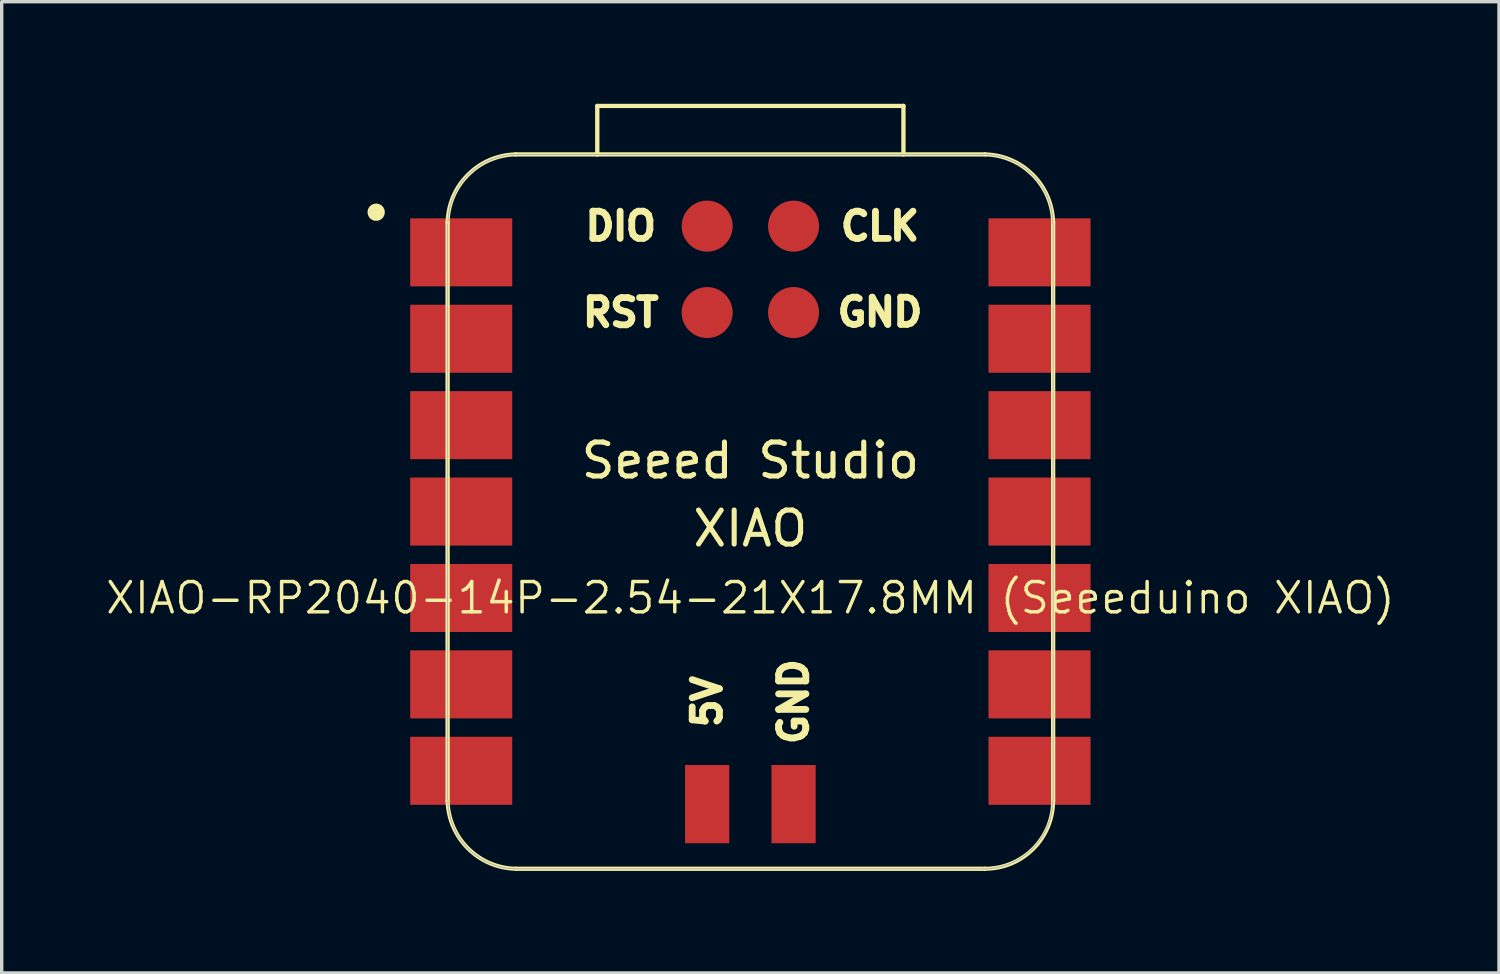
<source format=kicad_pcb>
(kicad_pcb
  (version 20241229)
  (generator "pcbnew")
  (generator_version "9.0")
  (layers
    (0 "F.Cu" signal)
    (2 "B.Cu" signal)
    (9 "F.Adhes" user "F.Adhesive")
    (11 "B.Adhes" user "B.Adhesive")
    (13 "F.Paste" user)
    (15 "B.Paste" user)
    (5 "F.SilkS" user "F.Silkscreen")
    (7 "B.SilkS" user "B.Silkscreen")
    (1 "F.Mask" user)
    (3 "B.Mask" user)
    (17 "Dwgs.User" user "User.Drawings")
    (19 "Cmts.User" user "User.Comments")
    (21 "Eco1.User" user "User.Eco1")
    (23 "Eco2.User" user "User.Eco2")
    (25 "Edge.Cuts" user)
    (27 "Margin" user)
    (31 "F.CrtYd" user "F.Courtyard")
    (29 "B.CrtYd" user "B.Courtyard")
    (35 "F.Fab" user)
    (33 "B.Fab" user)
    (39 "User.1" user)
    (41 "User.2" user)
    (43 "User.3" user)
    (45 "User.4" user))
  (footprint "XIAO-RP2040-14P-2.54-21X17.8MM (Seeeduino XIAO)"
    (layer "F.Cu")
    (at 19.008 11.988)
    (property "Reference" "XIAO-RP2040-14P-2.54-21X17.8MM (Seeeduino XIAO)" (at 0 2.54 0) (layer "F.SilkS") (effects (font (size 0.889 0.889) (thickness 0.102))))
    (attr smd)
    (fp_line (start -8.9 -8.5) (end -8.9 8.5) (stroke (width 0.127) (type solid)) (layer "F.SilkS"))
    (fp_line (start -6.9 10.5) (end 6.9 10.5) (stroke (width 0.127) (type solid)) (layer "F.SilkS"))
    (fp_line (start -4.5 -11.924) (end 4.5 -11.924) (stroke (width 0.127) (type solid)) (layer "F.SilkS"))
    (fp_line (start -4.5 -10.499) (end -4.5 -11.924) (stroke (width 0.127) (type default)) (layer "F.SilkS"))
    (fp_line (start 4.5 -10.499) (end 4.5 -11.924) (stroke (width 0.127) (type default)) (layer "F.SilkS"))
    (fp_line (start 6.9 -10.499) (end -6.9 -10.499) (stroke (width 0.127) (type solid)) (layer "F.SilkS"))
    (fp_line (start 8.9 8.5) (end 8.9 -8.5) (stroke (width 0.127) (type solid)) (layer "F.SilkS"))
    (fp_arc (start -8.9 -8.5) (mid -8.301491 -9.901491) (end -6.9 -10.5) (stroke (width 0.12) (type solid)) (layer "F.SilkS"))
    (fp_arc (start -6.9 10.5) (mid -8.301423 9.901423) (end -8.9 8.5) (stroke (width 0.12) (type solid)) (layer "F.SilkS"))
    (fp_arc (start 6.9 -10.5) (mid 8.301491 -9.901491) (end 8.9 -8.5) (stroke (width 0.12) (type solid)) (layer "F.SilkS"))
    (fp_arc (start 8.9 8.5) (mid 8.314214 9.914214) (end 6.9 10.5) (stroke (width 0.12) (type solid)) (layer "F.SilkS"))
    (fp_circle (center -11 -8.8) (end -11 -9.054) (stroke (width 0) (type solid)) (fill yes) (layer "F.SilkS"))
    (fp_poly (pts (xy -8.888 -8.562) (xy -8.885 -8.61) (xy -8.881 -8.659)) (stroke (width 0.025) (type solid)) (fill no) (layer "F.SilkS"))
    (fp_poly (pts (xy 8.889 8.522) (xy 8.888 8.571) (xy 8.885 8.62) (xy 8.881 8.669) (xy 8.875 8.717) (xy 8.869 8.766) (xy 8.861 8.815) (xy 8.852 8.863) (xy 8.842 8.911)) (stroke (width 0.025) (type solid)) (fill no) (layer "F.SilkS"))
    (fp_line (start -8.9 -8.463) (end -8.9 8.473) (stroke (width 0.025) (type solid)) (layer "F.Fab"))
    (fp_line (start -8.89 8.473) (end -8.889 8.522) (stroke (width 0.025) (type solid)) (layer "F.Fab"))
    (fp_line (start -8.889 8.522) (end -8.888 8.571) (stroke (width 0.025) (type solid)) (layer "F.Fab"))
    (fp_line (start -8.888 -8.562) (end -8.889 -8.512) (stroke (width 0.025) (type solid)) (layer "F.Fab"))
    (fp_line (start -8.888 8.571) (end -8.885 8.62) (stroke (width 0.025) (type solid)) (layer "F.Fab"))
    (fp_line (start -8.885 -8.61) (end -8.888 -8.562) (stroke (width 0.025) (type solid)) (layer "F.Fab"))
    (fp_line (start -8.885 8.62) (end -8.881 8.669) (stroke (width 0.025) (type solid)) (layer "F.Fab"))
    (fp_line (start -8.881 -8.659) (end -8.885 -8.61) (stroke (width 0.025) (type solid)) (layer "F.Fab"))
    (fp_line (start -8.881 8.669) (end -8.875 8.717) (stroke (width 0.025) (type solid)) (layer "F.Fab"))
    (fp_line (start -8.875 -8.708) (end -8.881 -8.659) (stroke (width 0.025) (type solid)) (layer "F.Fab"))
    (fp_line (start -8.875 8.717) (end -8.869 8.766) (stroke (width 0.025) (type solid)) (layer "F.Fab"))
    (fp_line (start -8.869 -8.757) (end -8.875 -8.708) (stroke (width 0.025) (type solid)) (layer "F.Fab"))
    (fp_line (start -8.869 8.766) (end -8.861 8.815) (stroke (width 0.025) (type solid)) (layer "F.Fab"))
    (fp_line (start -8.861 -8.806) (end -8.869 -8.757) (stroke (width 0.025) (type solid)) (layer "F.Fab"))
    (fp_line (start -8.861 8.815) (end -8.852 8.863) (stroke (width 0.025) (type solid)) (layer "F.Fab"))
    (fp_line (start -8.852 -8.854) (end -8.861 -8.806) (stroke (width 0.025) (type solid)) (layer "F.Fab"))
    (fp_line (start -8.852 8.863) (end -8.842 8.911) (stroke (width 0.025) (type solid)) (layer "F.Fab"))
    (fp_line (start -8.842 -8.902) (end -8.852 -8.854) (stroke (width 0.025) (type solid)) (layer "F.Fab"))
    (fp_line (start -8.842 8.911) (end -8.831 8.959) (stroke (width 0.025) (type solid)) (layer "F.Fab"))
    (fp_line (start -8.831 -8.95) (end -8.842 -8.902) (stroke (width 0.025) (type solid)) (layer "F.Fab"))
    (fp_line (start -8.831 8.959) (end -8.819 9.006) (stroke (width 0.025) (type solid)) (layer "F.Fab"))
    (fp_line (start -8.819 -8.997) (end -8.831 -8.95) (stroke (width 0.025) (type solid)) (layer "F.Fab"))
    (fp_line (start -8.819 9.006) (end -8.805 9.054) (stroke (width 0.025) (type solid)) (layer "F.Fab"))
    (fp_line (start -8.805 -9.045) (end -8.819 -8.997) (stroke (width 0.025) (type solid)) (layer "F.Fab"))
    (fp_line (start -8.805 9.054) (end -8.79 9.1) (stroke (width 0.025) (type solid)) (layer "F.Fab"))
    (fp_line (start -8.79 -9.091) (end -8.805 -9.045) (stroke (width 0.025) (type solid)) (layer "F.Fab"))
    (fp_line (start -8.79 9.1) (end -8.775 9.147) (stroke (width 0.025) (type solid)) (layer "F.Fab"))
    (fp_line (start -8.775 -9.138) (end -8.79 -9.091) (stroke (width 0.025) (type solid)) (layer "F.Fab"))
    (fp_line (start -8.775 9.147) (end -8.758 9.193) (stroke (width 0.025) (type solid)) (layer "F.Fab"))
    (fp_line (start -8.758 -9.184) (end -8.775 -9.138) (stroke (width 0.025) (type solid)) (layer "F.Fab"))
    (fp_line (start -8.758 9.193) (end -8.74 9.239) (stroke (width 0.025) (type solid)) (layer "F.Fab"))
    (fp_line (start -8.74 -9.23) (end -8.758 -9.184) (stroke (width 0.025) (type solid)) (layer "F.Fab"))
    (fp_line (start -8.74 9.239) (end -8.721 9.284) (stroke (width 0.025) (type solid)) (layer "F.Fab"))
    (fp_line (start -8.721 -9.275) (end -8.74 -9.23) (stroke (width 0.025) (type solid)) (layer "F.Fab"))
    (fp_line (start -8.721 9.284) (end -8.701 9.329) (stroke (width 0.025) (type solid)) (layer "F.Fab"))
    (fp_line (start -8.701 -9.32) (end -8.721 -9.275) (stroke (width 0.025) (type solid)) (layer "F.Fab"))
    (fp_line (start -8.701 9.329) (end -8.679 9.373) (stroke (width 0.025) (type solid)) (layer "F.Fab"))
    (fp_line (start -8.679 -9.364) (end -8.701 -9.32) (stroke (width 0.025) (type solid)) (layer "F.Fab"))
    (fp_line (start -8.679 9.373) (end -8.657 9.417) (stroke (width 0.025) (type solid)) (layer "F.Fab"))
    (fp_line (start -8.657 -9.408) (end -8.679 -9.364) (stroke (width 0.025) (type solid)) (layer "F.Fab"))
    (fp_line (start -8.657 9.417) (end -8.634 9.46) (stroke (width 0.025) (type solid)) (layer "F.Fab"))
    (fp_line (start -8.634 -9.451) (end -8.657 -9.408) (stroke (width 0.025) (type solid)) (layer "F.Fab"))
    (fp_line (start -8.634 9.46) (end -8.61 9.503) (stroke (width 0.025) (type solid)) (layer "F.Fab"))
    (fp_line (start -8.61 -9.494) (end -8.634 -9.451) (stroke (width 0.025) (type solid)) (layer "F.Fab"))
    (fp_line (start -8.61 9.503) (end -8.584 9.545) (stroke (width 0.025) (type solid)) (layer "F.Fab"))
    (fp_line (start -8.584 -9.536) (end -8.61 -9.494) (stroke (width 0.025) (type solid)) (layer "F.Fab"))
    (fp_line (start -8.584 9.545) (end -8.558 9.586) (stroke (width 0.025) (type solid)) (layer "F.Fab"))
    (fp_line (start -8.558 -9.577) (end -8.584 -9.536) (stroke (width 0.025) (type solid)) (layer "F.Fab"))
    (fp_line (start -8.558 9.586) (end -8.53 9.627) (stroke (width 0.025) (type solid)) (layer "F.Fab"))
    (fp_line (start -8.53 -9.618) (end -8.558 -9.577) (stroke (width 0.025) (type solid)) (layer "F.Fab"))
    (fp_line (start -8.53 9.627) (end -8.502 9.667) (stroke (width 0.025) (type solid)) (layer "F.Fab"))
    (fp_line (start -8.502 -9.658) (end -8.53 -9.618) (stroke (width 0.025) (type solid)) (layer "F.Fab"))
    (fp_line (start -8.502 9.667) (end -8.473 9.706) (stroke (width 0.025) (type solid)) (layer "F.Fab"))
    (fp_line (start -8.473 -9.697) (end -8.502 -9.658) (stroke (width 0.025) (type solid)) (layer "F.Fab"))
    (fp_line (start -8.473 9.706) (end -8.442 9.745) (stroke (width 0.025) (type solid)) (layer "F.Fab"))
    (fp_line (start -8.442 -9.736) (end -8.473 -9.697) (stroke (width 0.025) (type solid)) (layer "F.Fab"))
    (fp_line (start -8.442 9.745) (end -8.411 9.783) (stroke (width 0.025) (type solid)) (layer "F.Fab"))
    (fp_line (start -8.411 -9.774) (end -8.442 -9.736) (stroke (width 0.025) (type solid)) (layer "F.Fab"))
    (fp_line (start -8.411 9.783) (end -8.379 9.82) (stroke (width 0.025) (type solid)) (layer "F.Fab"))
    (fp_line (start -8.379 -9.811) (end -8.411 -9.774) (stroke (width 0.025) (type solid)) (layer "F.Fab"))
    (fp_line (start -8.379 9.82) (end -8.346 9.856) (stroke (width 0.025) (type solid)) (layer "F.Fab"))
    (fp_line (start -8.346 -9.847) (end -8.379 -9.811) (stroke (width 0.025) (type solid)) (layer "F.Fab"))
    (fp_line (start -8.346 9.856) (end -8.312 9.892) (stroke (width 0.025) (type solid)) (layer "F.Fab"))
    (fp_line (start -8.312 -9.883) (end -8.346 -9.847) (stroke (width 0.025) (type solid)) (layer "F.Fab"))
    (fp_line (start -8.312 9.892) (end -8.277 9.927) (stroke (width 0.025) (type solid)) (layer "F.Fab"))
    (fp_line (start -8.277 -9.918) (end -8.312 -9.883) (stroke (width 0.025) (type solid)) (layer "F.Fab"))
    (fp_line (start -8.277 9.927) (end -8.242 9.96) (stroke (width 0.025) (type solid)) (layer "F.Fab"))
    (fp_line (start -8.242 -9.951) (end -8.277 -9.918) (stroke (width 0.025) (type solid)) (layer "F.Fab"))
    (fp_line (start -8.242 9.96) (end -8.205 9.994) (stroke (width 0.025) (type solid)) (layer "F.Fab"))
    (fp_line (start -8.205 -9.984) (end -8.242 -9.951) (stroke (width 0.025) (type solid)) (layer "F.Fab"))
    (fp_line (start -8.205 9.994) (end -8.168 10.026) (stroke (width 0.025) (type solid)) (layer "F.Fab"))
    (fp_line (start -8.168 -10.017) (end -8.205 -9.984) (stroke (width 0.025) (type solid)) (layer "F.Fab"))
    (fp_line (start -8.168 10.026) (end -8.13 10.057) (stroke (width 0.025) (type solid)) (layer "F.Fab"))
    (fp_line (start -8.13 -10.048) (end -8.168 -10.017) (stroke (width 0.025) (type solid)) (layer "F.Fab"))
    (fp_line (start -8.13 10.057) (end -8.092 10.087) (stroke (width 0.025) (type solid)) (layer "F.Fab"))
    (fp_line (start -8.092 -10.078) (end -8.13 -10.048) (stroke (width 0.025) (type solid)) (layer "F.Fab"))
    (fp_line (start -8.092 10.087) (end -8.052 10.116) (stroke (width 0.025) (type solid)) (layer "F.Fab"))
    (fp_line (start -8.052 -10.107) (end -8.092 -10.078) (stroke (width 0.025) (type solid)) (layer "F.Fab"))
    (fp_line (start -8.052 10.116) (end -8.012 10.145) (stroke (width 0.025) (type solid)) (layer "F.Fab"))
    (fp_line (start -8.012 -10.136) (end -8.052 -10.107) (stroke (width 0.025) (type solid)) (layer "F.Fab"))
    (fp_line (start -8.012 10.145) (end -7.972 10.172) (stroke (width 0.025) (type solid)) (layer "F.Fab"))
    (fp_line (start -7.972 -10.163) (end -8.012 -10.136) (stroke (width 0.025) (type solid)) (layer "F.Fab"))
    (fp_line (start -7.972 10.172) (end -7.93 10.199) (stroke (width 0.025) (type solid)) (layer "F.Fab"))
    (fp_line (start -7.93 -10.19) (end -7.972 -10.163) (stroke (width 0.025) (type solid)) (layer "F.Fab"))
    (fp_line (start -7.93 10.199) (end -7.888 10.224) (stroke (width 0.025) (type solid)) (layer "F.Fab"))
    (fp_line (start -7.888 -10.215) (end -7.93 -10.19) (stroke (width 0.025) (type solid)) (layer "F.Fab"))
    (fp_line (start -7.888 10.224) (end -7.846 10.249) (stroke (width 0.025) (type solid)) (layer "F.Fab"))
    (fp_line (start -7.846 -10.239) (end -7.888 -10.215) (stroke (width 0.025) (type solid)) (layer "F.Fab"))
    (fp_line (start -7.846 10.249) (end -7.802 10.272) (stroke (width 0.025) (type solid)) (layer "F.Fab"))
    (fp_line (start -7.802 -10.263) (end -7.846 -10.239) (stroke (width 0.025) (type solid)) (layer "F.Fab"))
    (fp_line (start -7.802 10.272) (end -7.759 10.294) (stroke (width 0.025) (type solid)) (layer "F.Fab"))
    (fp_line (start -7.759 -10.285) (end -7.802 -10.263) (stroke (width 0.025) (type solid)) (layer "F.Fab"))
    (fp_line (start -7.759 10.294) (end -7.714 10.315) (stroke (width 0.025) (type solid)) (layer "F.Fab"))
    (fp_line (start -7.714 -10.306) (end -7.759 -10.285) (stroke (width 0.025) (type solid)) (layer "F.Fab"))
    (fp_line (start -7.714 10.315) (end -7.67 10.335) (stroke (width 0.025) (type solid)) (layer "F.Fab"))
    (fp_line (start -7.67 -10.326) (end -7.714 -10.306) (stroke (width 0.025) (type solid)) (layer "F.Fab"))
    (fp_line (start -7.67 10.335) (end -7.624 10.354) (stroke (width 0.025) (type solid)) (layer "F.Fab"))
    (fp_line (start -7.624 -10.345) (end -7.67 -10.326) (stroke (width 0.025) (type solid)) (layer "F.Fab"))
    (fp_line (start -7.624 10.354) (end -7.579 10.372) (stroke (width 0.025) (type solid)) (layer "F.Fab"))
    (fp_line (start -7.579 -10.363) (end -7.624 -10.345) (stroke (width 0.025) (type solid)) (layer "F.Fab"))
    (fp_line (start -7.579 10.372) (end -7.532 10.389) (stroke (width 0.025) (type solid)) (layer "F.Fab"))
    (fp_line (start -7.532 -10.38) (end -7.579 -10.363) (stroke (width 0.025) (type solid)) (layer "F.Fab"))
    (fp_line (start -7.532 10.389) (end -7.486 10.405) (stroke (width 0.025) (type solid)) (layer "F.Fab"))
    (fp_line (start -7.486 -10.396) (end -7.532 -10.38) (stroke (width 0.025) (type solid)) (layer "F.Fab"))
    (fp_line (start -7.486 10.405) (end -7.439 10.42) (stroke (width 0.025) (type solid)) (layer "F.Fab"))
    (fp_line (start -7.439 -10.411) (end -7.486 -10.396) (stroke (width 0.025) (type solid)) (layer "F.Fab"))
    (fp_line (start -7.439 10.42) (end -7.392 10.433) (stroke (width 0.025) (type solid)) (layer "F.Fab"))
    (fp_line (start -7.392 -10.424) (end -7.439 -10.411) (stroke (width 0.025) (type solid)) (layer "F.Fab"))
    (fp_line (start -7.392 10.433) (end -7.344 10.446) (stroke (width 0.025) (type solid)) (layer "F.Fab"))
    (fp_line (start -7.344 -10.436) (end -7.392 -10.424) (stroke (width 0.025) (type solid)) (layer "F.Fab"))
    (fp_line (start -7.344 10.446) (end -7.296 10.457) (stroke (width 0.025) (type solid)) (layer "F.Fab"))
    (fp_line (start -7.296 -10.448) (end -7.344 -10.436) (stroke (width 0.025) (type solid)) (layer "F.Fab"))
    (fp_line (start -7.296 10.457) (end -7.248 10.467) (stroke (width 0.025) (type solid)) (layer "F.Fab"))
    (fp_line (start -7.248 -10.458) (end -7.296 -10.448) (stroke (width 0.025) (type solid)) (layer "F.Fab"))
    (fp_line (start -7.248 10.467) (end -7.2 10.476) (stroke (width 0.025) (type solid)) (layer "F.Fab"))
    (fp_line (start -7.2 -10.466) (end -7.248 -10.458) (stroke (width 0.025) (type solid)) (layer "F.Fab"))
    (fp_line (start -7.2 10.476) (end -7.152 10.483) (stroke (width 0.025) (type solid)) (layer "F.Fab"))
    (fp_line (start -7.152 -10.474) (end -7.2 -10.466) (stroke (width 0.025) (type solid)) (layer "F.Fab"))
    (fp_line (start -7.152 10.483) (end -7.103 10.49) (stroke (width 0.025) (type solid)) (layer "F.Fab"))
    (fp_line (start -7.103 -10.481) (end -7.152 -10.474) (stroke (width 0.025) (type solid)) (layer "F.Fab"))
    (fp_line (start -7.103 10.49) (end -7.054 10.495) (stroke (width 0.025) (type solid)) (layer "F.Fab"))
    (fp_line (start -7.054 -10.486) (end -7.103 -10.481) (stroke (width 0.025) (type solid)) (layer "F.Fab"))
    (fp_line (start -7.054 10.495) (end -7.005 10.499) (stroke (width 0.025) (type solid)) (layer "F.Fab"))
    (fp_line (start -7.005 -10.49) (end -7.054 -10.486) (stroke (width 0.025) (type solid)) (layer "F.Fab"))
    (fp_line (start -7.005 10.499) (end -6.956 10.502) (stroke (width 0.025) (type solid)) (layer "F.Fab"))
    (fp_line (start -6.956 -10.493) (end -7.005 -10.49) (stroke (width 0.025) (type solid)) (layer "F.Fab"))
    (fp_line (start -6.956 10.502) (end -6.907 10.504) (stroke (width 0.025) (type solid)) (layer "F.Fab"))
    (fp_line (start -6.907 -10.495) (end -6.956 -10.493) (stroke (width 0.025) (type solid)) (layer "F.Fab"))
    (fp_line (start -6.907 10.504) (end -6.858 10.505) (stroke (width 0.025) (type solid)) (layer "F.Fab"))
    (fp_line (start -6.858 -10.495) (end -6.907 -10.495) (stroke (width 0.025) (type solid)) (layer "F.Fab"))
    (fp_line (start -6.858 10.505) (end 6.858 10.505) (stroke (width 0.025) (type solid)) (layer "F.Fab"))
    (fp_line (start 6.858 -10.495) (end -6.858 -10.495) (stroke (width 0.025) (type solid)) (layer "F.Fab"))
    (fp_line (start 6.858 10.505) (end 6.907 10.504) (stroke (width 0.025) (type solid)) (layer "F.Fab"))
    (fp_line (start 6.907 -10.495) (end 6.858 -10.495) (stroke (width 0.025) (type solid)) (layer "F.Fab"))
    (fp_line (start 6.907 10.504) (end 6.956 10.502) (stroke (width 0.025) (type solid)) (layer "F.Fab"))
    (fp_line (start 6.956 -10.493) (end 6.907 -10.495) (stroke (width 0.025) (type solid)) (layer "F.Fab"))
    (fp_line (start 6.956 10.502) (end 7.005 10.499) (stroke (width 0.025) (type solid)) (layer "F.Fab"))
    (fp_line (start 7.005 -10.49) (end 6.956 -10.493) (stroke (width 0.025) (type solid)) (layer "F.Fab"))
    (fp_line (start 7.005 10.499) (end 7.054 10.495) (stroke (width 0.025) (type solid)) (layer "F.Fab"))
    (fp_line (start 7.054 -10.486) (end 7.005 -10.49) (stroke (width 0.025) (type solid)) (layer "F.Fab"))
    (fp_line (start 7.054 10.495) (end 7.103 10.49) (stroke (width 0.025) (type solid)) (layer "F.Fab"))
    (fp_line (start 7.103 -10.481) (end 7.054 -10.486) (stroke (width 0.025) (type solid)) (layer "F.Fab"))
    (fp_line (start 7.103 10.49) (end 7.152 10.483) (stroke (width 0.025) (type solid)) (layer "F.Fab"))
    (fp_line (start 7.152 -10.474) (end 7.103 -10.481) (stroke (width 0.025) (type solid)) (layer "F.Fab"))
    (fp_line (start 7.152 10.483) (end 7.2 10.476) (stroke (width 0.025) (type solid)) (layer "F.Fab"))
    (fp_line (start 7.2 -10.466) (end 7.152 -10.474) (stroke (width 0.025) (type solid)) (layer "F.Fab"))
    (fp_line (start 7.2 10.476) (end 7.248 10.467) (stroke (width 0.025) (type solid)) (layer "F.Fab"))
    (fp_line (start 7.248 -10.458) (end 7.2 -10.466) (stroke (width 0.025) (type solid)) (layer "F.Fab"))
    (fp_line (start 7.248 10.467) (end 7.296 10.457) (stroke (width 0.025) (type solid)) (layer "F.Fab"))
    (fp_line (start 7.296 -10.448) (end 7.248 -10.458) (stroke (width 0.025) (type solid)) (layer "F.Fab"))
    (fp_line (start 7.296 10.457) (end 7.344 10.446) (stroke (width 0.025) (type solid)) (layer "F.Fab"))
    (fp_line (start 7.344 -10.436) (end 7.296 -10.448) (stroke (width 0.025) (type solid)) (layer "F.Fab"))
    (fp_line (start 7.344 10.446) (end 7.392 10.433) (stroke (width 0.025) (type solid)) (layer "F.Fab"))
    (fp_line (start 7.392 -10.424) (end 7.344 -10.436) (stroke (width 0.025) (type solid)) (layer "F.Fab"))
    (fp_line (start 7.392 10.433) (end 7.439 10.42) (stroke (width 0.025) (type solid)) (layer "F.Fab"))
    (fp_line (start 7.439 -10.411) (end 7.392 -10.424) (stroke (width 0.025) (type solid)) (layer "F.Fab"))
    (fp_line (start 7.439 10.42) (end 7.486 10.405) (stroke (width 0.025) (type solid)) (layer "F.Fab"))
    (fp_line (start 7.486 -10.396) (end 7.439 -10.411) (stroke (width 0.025) (type solid)) (layer "F.Fab"))
    (fp_line (start 7.486 10.405) (end 7.532 10.389) (stroke (width 0.025) (type solid)) (layer "F.Fab"))
    (fp_line (start 7.532 -10.38) (end 7.486 -10.396) (stroke (width 0.025) (type solid)) (layer "F.Fab"))
    (fp_line (start 7.532 10.389) (end 7.579 10.372) (stroke (width 0.025) (type solid)) (layer "F.Fab"))
    (fp_line (start 7.579 -10.363) (end 7.532 -10.38) (stroke (width 0.025) (type solid)) (layer "F.Fab"))
    (fp_line (start 7.579 10.372) (end 7.624 10.354) (stroke (width 0.025) (type solid)) (layer "F.Fab"))
    (fp_line (start 7.624 -10.345) (end 7.579 -10.363) (stroke (width 0.025) (type solid)) (layer "F.Fab"))
    (fp_line (start 7.624 10.354) (end 7.67 10.335) (stroke (width 0.025) (type solid)) (layer "F.Fab"))
    (fp_line (start 7.67 -10.326) (end 7.624 -10.345) (stroke (width 0.025) (type solid)) (layer "F.Fab"))
    (fp_line (start 7.67 10.335) (end 7.714 10.315) (stroke (width 0.025) (type solid)) (layer "F.Fab"))
    (fp_line (start 7.714 -10.306) (end 7.67 -10.326) (stroke (width 0.025) (type solid)) (layer "F.Fab"))
    (fp_line (start 7.714 10.315) (end 7.759 10.294) (stroke (width 0.025) (type solid)) (layer "F.Fab"))
    (fp_line (start 7.759 -10.285) (end 7.714 -10.306) (stroke (width 0.025) (type solid)) (layer "F.Fab"))
    (fp_line (start 7.759 10.294) (end 7.802 10.272) (stroke (width 0.025) (type solid)) (layer "F.Fab"))
    (fp_line (start 7.802 -10.263) (end 7.759 -10.285) (stroke (width 0.025) (type solid)) (layer "F.Fab"))
    (fp_line (start 7.802 10.272) (end 7.846 10.249) (stroke (width 0.025) (type solid)) (layer "F.Fab"))
    (fp_line (start 7.846 -10.239) (end 7.802 -10.263) (stroke (width 0.025) (type solid)) (layer "F.Fab"))
    (fp_line (start 7.846 10.249) (end 7.888 10.224) (stroke (width 0.025) (type solid)) (layer "F.Fab"))
    (fp_line (start 7.888 -10.215) (end 7.846 -10.239) (stroke (width 0.025) (type solid)) (layer "F.Fab"))
    (fp_line (start 7.888 10.224) (end 7.93 10.199) (stroke (width 0.025) (type solid)) (layer "F.Fab"))
    (fp_line (start 7.93 -10.19) (end 7.888 -10.215) (stroke (width 0.025) (type solid)) (layer "F.Fab"))
    (fp_line (start 7.93 10.199) (end 7.972 10.172) (stroke (width 0.025) (type solid)) (layer "F.Fab"))
    (fp_line (start 7.972 -10.163) (end 7.93 -10.19) (stroke (width 0.025) (type solid)) (layer "F.Fab"))
    (fp_line (start 7.972 10.172) (end 8.012 10.145) (stroke (width 0.025) (type solid)) (layer "F.Fab"))
    (fp_line (start 8.012 -10.136) (end 7.972 -10.163) (stroke (width 0.025) (type solid)) (layer "F.Fab"))
    (fp_line (start 8.012 10.145) (end 8.052 10.116) (stroke (width 0.025) (type solid)) (layer "F.Fab"))
    (fp_line (start 8.052 -10.107) (end 8.012 -10.136) (stroke (width 0.025) (type solid)) (layer "F.Fab"))
    (fp_line (start 8.052 10.116) (end 8.092 10.087) (stroke (width 0.025) (type solid)) (layer "F.Fab"))
    (fp_line (start 8.092 -10.078) (end 8.052 -10.107) (stroke (width 0.025) (type solid)) (layer "F.Fab"))
    (fp_line (start 8.092 10.087) (end 8.13 10.057) (stroke (width 0.025) (type solid)) (layer "F.Fab"))
    (fp_line (start 8.13 -10.048) (end 8.092 -10.078) (stroke (width 0.025) (type solid)) (layer "F.Fab"))
    (fp_line (start 8.13 10.057) (end 8.168 10.026) (stroke (width 0.025) (type solid)) (layer "F.Fab"))
    (fp_line (start 8.168 -10.017) (end 8.13 -10.048) (stroke (width 0.025) (type solid)) (layer "F.Fab"))
    (fp_line (start 8.168 10.026) (end 8.205 9.994) (stroke (width 0.025) (type solid)) (layer "F.Fab"))
    (fp_line (start 8.205 -9.984) (end 8.168 -10.017) (stroke (width 0.025) (type solid)) (layer "F.Fab"))
    (fp_line (start 8.205 9.994) (end 8.242 9.96) (stroke (width 0.025) (type solid)) (layer "F.Fab"))
    (fp_line (start 8.242 -9.951) (end 8.205 -9.984) (stroke (width 0.025) (type solid)) (layer "F.Fab"))
    (fp_line (start 8.242 9.96) (end 8.277 9.927) (stroke (width 0.025) (type solid)) (layer "F.Fab"))
    (fp_line (start 8.277 -9.918) (end 8.242 -9.951) (stroke (width 0.025) (type solid)) (layer "F.Fab"))
    (fp_line (start 8.277 9.927) (end 8.312 9.892) (stroke (width 0.025) (type solid)) (layer "F.Fab"))
    (fp_line (start 8.312 -9.883) (end 8.277 -9.918) (stroke (width 0.025) (type solid)) (layer "F.Fab"))
    (fp_line (start 8.312 9.892) (end 8.346 9.856) (stroke (width 0.025) (type solid)) (layer "F.Fab"))
    (fp_line (start 8.346 -9.847) (end 8.312 -9.883) (stroke (width 0.025) (type solid)) (layer "F.Fab"))
    (fp_line (start 8.346 9.856) (end 8.379 9.82) (stroke (width 0.025) (type solid)) (layer "F.Fab"))
    (fp_line (start 8.379 -9.811) (end 8.346 -9.847) (stroke (width 0.025) (type solid)) (layer "F.Fab"))
    (fp_line (start 8.379 9.82) (end 8.411 9.783) (stroke (width 0.025) (type solid)) (layer "F.Fab"))
    (fp_line (start 8.411 -9.774) (end 8.379 -9.811) (stroke (width 0.025) (type solid)) (layer "F.Fab"))
    (fp_line (start 8.411 9.783) (end 8.442 9.745) (stroke (width 0.025) (type solid)) (layer "F.Fab"))
    (fp_line (start 8.442 -9.736) (end 8.411 -9.774) (stroke (width 0.025) (type solid)) (layer "F.Fab"))
    (fp_line (start 8.442 9.745) (end 8.473 9.706) (stroke (width 0.025) (type solid)) (layer "F.Fab"))
    (fp_line (start 8.473 -9.697) (end 8.442 -9.736) (stroke (width 0.025) (type solid)) (layer "F.Fab"))
    (fp_line (start 8.473 9.706) (end 8.502 9.667) (stroke (width 0.025) (type solid)) (layer "F.Fab"))
    (fp_line (start 8.502 -9.658) (end 8.473 -9.697) (stroke (width 0.025) (type solid)) (layer "F.Fab"))
    (fp_line (start 8.502 9.667) (end 8.53 9.627) (stroke (width 0.025) (type solid)) (layer "F.Fab"))
    (fp_line (start 8.53 -9.618) (end 8.502 -9.658) (stroke (width 0.025) (type solid)) (layer "F.Fab"))
    (fp_line (start 8.53 9.627) (end 8.558 9.586) (stroke (width 0.025) (type solid)) (layer "F.Fab"))
    (fp_line (start 8.558 -9.577) (end 8.53 -9.618) (stroke (width 0.025) (type solid)) (layer "F.Fab"))
    (fp_line (start 8.558 9.586) (end 8.584 9.545) (stroke (width 0.025) (type solid)) (layer "F.Fab"))
    (fp_line (start 8.584 -9.536) (end 8.558 -9.577) (stroke (width 0.025) (type solid)) (layer "F.Fab"))
    (fp_line (start 8.584 9.545) (end 8.61 9.503) (stroke (width 0.025) (type solid)) (layer "F.Fab"))
    (fp_line (start 8.61 -9.494) (end 8.584 -9.536) (stroke (width 0.025) (type solid)) (layer "F.Fab"))
    (fp_line (start 8.61 9.503) (end 8.634 9.46) (stroke (width 0.025) (type solid)) (layer "F.Fab"))
    (fp_line (start 8.634 -9.451) (end 8.61 -9.494) (stroke (width 0.025) (type solid)) (layer "F.Fab"))
    (fp_line (start 8.634 9.46) (end 8.657 9.417) (stroke (width 0.025) (type solid)) (layer "F.Fab"))
    (fp_line (start 8.657 -9.408) (end 8.634 -9.451) (stroke (width 0.025) (type solid)) (layer "F.Fab"))
    (fp_line (start 8.657 9.417) (end 8.679 9.373) (stroke (width 0.025) (type solid)) (layer "F.Fab"))
    (fp_line (start 8.679 -9.364) (end 8.657 -9.408) (stroke (width 0.025) (type solid)) (layer "F.Fab"))
    (fp_line (start 8.679 9.373) (end 8.701 9.329) (stroke (width 0.025) (type solid)) (layer "F.Fab"))
    (fp_line (start 8.701 -9.32) (end 8.679 -9.364) (stroke (width 0.025) (type solid)) (layer "F.Fab"))
    (fp_line (start 8.701 9.329) (end 8.721 9.284) (stroke (width 0.025) (type solid)) (layer "F.Fab"))
    (fp_line (start 8.721 -9.275) (end 8.701 -9.32) (stroke (width 0.025) (type solid)) (layer "F.Fab"))
    (fp_line (start 8.721 9.284) (end 8.74 9.239) (stroke (width 0.025) (type solid)) (layer "F.Fab"))
    (fp_line (start 8.74 -9.23) (end 8.721 -9.275) (stroke (width 0.025) (type solid)) (layer "F.Fab"))
    (fp_line (start 8.74 9.239) (end 8.758 9.193) (stroke (width 0.025) (type solid)) (layer "F.Fab"))
    (fp_line (start 8.758 -9.184) (end 8.74 -9.23) (stroke (width 0.025) (type solid)) (layer "F.Fab"))
    (fp_line (start 8.758 9.193) (end 8.775 9.147) (stroke (width 0.025) (type solid)) (layer "F.Fab"))
    (fp_line (start 8.775 -9.138) (end 8.758 -9.184) (stroke (width 0.025) (type solid)) (layer "F.Fab"))
    (fp_line (start 8.775 9.147) (end 8.79 9.1) (stroke (width 0.025) (type solid)) (layer "F.Fab"))
    (fp_line (start 8.79 -9.091) (end 8.775 -9.138) (stroke (width 0.025) (type solid)) (layer "F.Fab"))
    (fp_line (start 8.79 9.1) (end 8.805 9.054) (stroke (width 0.025) (type solid)) (layer "F.Fab"))
    (fp_line (start 8.805 -9.045) (end 8.79 -9.091) (stroke (width 0.025) (type solid)) (layer "F.Fab"))
    (fp_line (start 8.805 9.054) (end 8.819 9.006) (stroke (width 0.025) (type solid)) (layer "F.Fab"))
    (fp_line (start 8.819 -8.997) (end 8.805 -9.045) (stroke (width 0.025) (type solid)) (layer "F.Fab"))
    (fp_line (start 8.819 9.006) (end 8.831 8.959) (stroke (width 0.025) (type solid)) (layer "F.Fab"))
    (fp_line (start 8.831 -8.95) (end 8.819 -8.997) (stroke (width 0.025) (type solid)) (layer "F.Fab"))
    (fp_line (start 8.831 8.959) (end 8.842 8.911) (stroke (width 0.025) (type solid)) (layer "F.Fab"))
    (fp_line (start 8.842 -8.902) (end 8.831 -8.95) (stroke (width 0.025) (type solid)) (layer "F.Fab"))
    (fp_line (start 8.842 8.911) (end 8.852 8.863) (stroke (width 0.025) (type solid)) (layer "F.Fab"))
    (fp_line (start 8.852 -8.854) (end 8.842 -8.902) (stroke (width 0.025) (type solid)) (layer "F.Fab"))
    (fp_line (start 8.852 8.863) (end 8.861 8.815) (stroke (width 0.025) (type solid)) (layer "F.Fab"))
    (fp_line (start 8.861 -8.806) (end 8.852 -8.854) (stroke (width 0.025) (type solid)) (layer "F.Fab"))
    (fp_line (start 8.861 8.815) (end 8.869 8.766) (stroke (width 0.025) (type solid)) (layer "F.Fab"))
    (fp_line (start 8.869 -8.757) (end 8.861 -8.806) (stroke (width 0.025) (type solid)) (layer "F.Fab"))
    (fp_line (start 8.869 8.766) (end 8.875 8.717) (stroke (width 0.025) (type solid)) (layer "F.Fab"))
    (fp_line (start 8.875 -8.708) (end 8.869 -8.757) (stroke (width 0.025) (type solid)) (layer "F.Fab"))
    (fp_line (start 8.875 8.717) (end 8.881 8.669) (stroke (width 0.025) (type solid)) (layer "F.Fab"))
    (fp_line (start 8.881 -8.659) (end 8.875 -8.708) (stroke (width 0.025) (type solid)) (layer "F.Fab"))
    (fp_line (start 8.881 8.669) (end 8.885 8.62) (stroke (width 0.025) (type solid)) (layer "F.Fab"))
    (fp_line (start 8.885 -8.61) (end 8.881 -8.659) (stroke (width 0.025) (type solid)) (layer "F.Fab"))
    (fp_line (start 8.885 8.62) (end 8.888 8.571) (stroke (width 0.025) (type solid)) (layer "F.Fab"))
    (fp_line (start 8.888 -8.562) (end 8.885 -8.61) (stroke (width 0.025) (type solid)) (layer "F.Fab"))
    (fp_line (start 8.888 8.571) (end 8.889 8.522) (stroke (width 0.025) (type solid)) (layer "F.Fab"))
    (fp_line (start 8.889 -8.512) (end 8.888 -8.562) (stroke (width 0.025) (type solid)) (layer "F.Fab"))
    (fp_line (start 8.889 8.522) (end 8.89 8.473) (stroke (width 0.025) (type solid)) (layer "F.Fab"))
    (fp_line (start 8.89 -8.463) (end 8.889 -8.512) (stroke (width 0.025) (type solid)) (layer "F.Fab"))
    (fp_line (start 8.9 8.473) (end 8.9 -8.463) (stroke (width 0.025) (type solid)) (layer "F.Fab"))
    (fp_text user "DIO" (at -3.81 -8.39 0) (unlocked yes) (layer "F.SilkS") (effects (font (size 0.8 0.8) (thickness 0.2) (bold yes))))
    (fp_text user "RST" (at -3.81 -5.85 0) (unlocked yes) (layer "F.SilkS") (effects (font (size 0.8 0.8) (thickness 0.2) (bold yes))))
    (fp_text user "CLK" (at 3.81 -8.39 0) (unlocked yes) (layer "F.SilkS") (effects (font (size 0.8 0.8) (thickness 0.2) (bold yes))))
    (fp_text user "Seeed Studio" (at 0 -1.5 0) (unlocked yes) (layer "F.SilkS") (effects (font (size 1 1) (thickness 0.15))))
    (fp_text user "GND" (at 3.81 -5.862 0) (unlocked yes) (layer "F.SilkS") (effects (font (size 0.8 0.8) (thickness 0.2) (bold yes))))
    (fp_text user "XIAO" (at 0 0.5 0) (unlocked yes) (layer "F.SilkS") (effects (font (size 1 1) (thickness 0.15))))
    (fp_text user "GND" (at 1.27 5.588 90) (unlocked yes) (layer "F.SilkS") (effects (font (size 0.8 0.8) (thickness 0.2) (bold yes))))
    (fp_text user "5V" (at -1.27 5.588 90) (unlocked yes) (layer "F.SilkS") (effects (font (size 0.8 0.8) (thickness 0.2) (bold yes))))
    (pad "1" smd rect (at -8.5 -7.62) (size 3 2) (layers "F.Cu" "F.Mask" "F.Paste"))
    (pad "2" smd rect (at -8.5 -5.08) (size 3 2) (layers "F.Cu" "F.Mask" "F.Paste"))
    (pad "3" smd rect (at -8.5 -2.54) (size 3 2) (layers "F.Cu" "F.Mask" "F.Paste"))
    (pad "4" smd rect (at -8.5 0) (size 3 2) (layers "F.Cu" "F.Mask" "F.Paste"))
    (pad "5" smd rect (at -8.5 2.54) (size 3 2) (layers "F.Cu" "F.Mask" "F.Paste"))
    (pad "6" smd rect (at -8.5 5.08 180) (size 3 2) (layers "F.Cu" "F.Mask" "F.Paste"))
    (pad "7" smd rect (at -8.5 7.62) (size 3 2) (layers "F.Cu" "F.Mask" "F.Paste"))
    (pad "8" smd rect (at 8.5 7.62) (size 3 2) (layers "F.Cu" "F.Mask" "F.Paste"))
    (pad "9" smd rect (at 8.5 5.08) (size 3 2) (layers "F.Cu" "F.Mask" "F.Paste"))
    (pad "10" smd rect (at 8.5 2.54) (size 3 2) (layers "F.Cu" "F.Mask" "F.Paste"))
    (pad "11" smd rect (at 8.5 0) (size 3 2) (layers "F.Cu" "F.Mask" "F.Paste"))
    (pad "12" smd rect (at 8.5 -2.54) (size 3 2) (layers "F.Cu" "F.Mask" "F.Paste"))
    (pad "13" smd rect (at 8.5 -5.08) (size 3 2) (layers "F.Cu" "F.Mask" "F.Paste"))
    (pad "14" smd rect (at 8.5 -7.62) (size 3 2) (layers "F.Cu" "F.Mask" "F.Paste"))
    (pad "15" smd rect (at -1.27 8.6 90) (size 2.3 1.3) (layers "F.Cu" "F.Mask" "F.Paste"))
    (pad "16" smd rect (at 1.27 8.6 90) (size 2.3 1.3) (layers "F.Cu" "F.Mask" "F.Paste"))
    (pad "17" smd circle (at -1.27 -8.39 90) (size 1.5 1.5) (layers "F.Cu" "F.Mask" "F.Paste"))
    (pad "18" smd circle (at 1.27 -8.39 90) (size 1.5 1.5) (layers "F.Cu" "F.Mask" "F.Paste"))
    (pad "19" smd circle (at -1.27 -5.85 90) (size 1.5 1.5) (layers "F.Cu" "F.Mask" "F.Paste"))
    (pad "20" smd circle (at 1.27 -5.85 90) (size 1.5 1.5) (layers "F.Cu" "F.Mask" "F.Paste")))
  (gr_rect
    (start -3 -3)
    (end 41.015 25.551)
    (stroke (width 0.1) (type default))
    (fill no)
    (layer "Edge.Cuts")))
</source>
